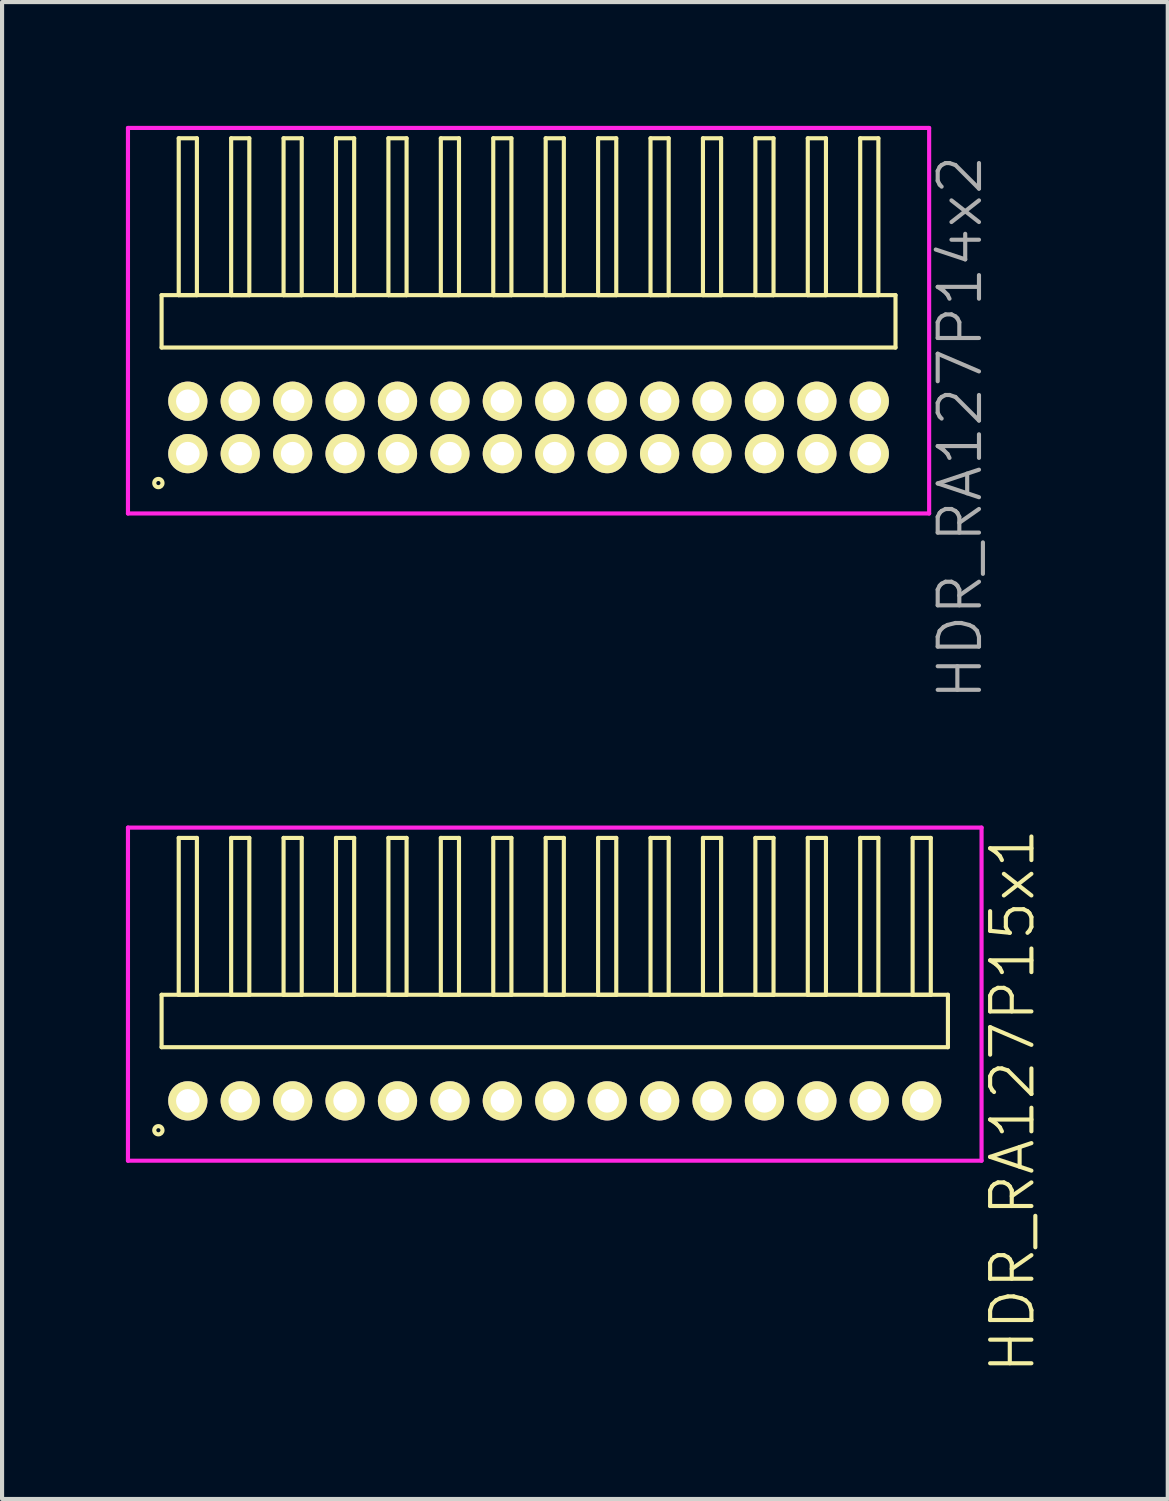
<source format=kicad_pcb>
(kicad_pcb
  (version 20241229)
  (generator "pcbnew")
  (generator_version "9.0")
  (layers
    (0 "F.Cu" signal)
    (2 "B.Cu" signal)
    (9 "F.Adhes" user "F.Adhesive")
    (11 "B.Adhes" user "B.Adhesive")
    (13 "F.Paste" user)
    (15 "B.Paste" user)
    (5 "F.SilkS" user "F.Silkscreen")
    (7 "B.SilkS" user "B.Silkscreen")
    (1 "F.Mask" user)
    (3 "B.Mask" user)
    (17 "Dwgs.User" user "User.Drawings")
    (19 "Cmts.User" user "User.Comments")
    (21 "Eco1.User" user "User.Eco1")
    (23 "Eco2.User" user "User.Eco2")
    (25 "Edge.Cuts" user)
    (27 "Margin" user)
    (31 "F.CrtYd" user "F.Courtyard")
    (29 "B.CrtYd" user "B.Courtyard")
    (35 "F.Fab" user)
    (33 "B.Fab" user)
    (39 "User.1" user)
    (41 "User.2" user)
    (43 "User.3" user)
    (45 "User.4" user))
  (footprint "HDR_RA127P14x2"
    (layer "F.Cu")
    (at 9.755 7.305)
    (property "Reference" "HDR_RA127P14x2" (at 10.455 0 90) (layer "F.Fab") (effects (font (size 1 1) (thickness 0.1))))
    (attr through_hole)
    (fp_line (start -8.89 -3.205) (end -8.89 -1.935) (stroke (width 0.1) (type solid)) (layer "F.SilkS"))
    (fp_line (start -8.89 -1.935) (end 8.89 -1.935) (stroke (width 0.1) (type solid)) (layer "F.SilkS"))
    (fp_line (start -8.475 -7.005) (end -8.475 -3.205) (stroke (width 0.1) (type solid)) (layer "F.SilkS"))
    (fp_line (start -8.475 -3.205) (end -8.035 -3.205) (stroke (width 0.1) (type solid)) (layer "F.SilkS"))
    (fp_line (start -8.035 -7.005) (end -8.475 -7.005) (stroke (width 0.1) (type solid)) (layer "F.SilkS"))
    (fp_line (start -8.035 -3.205) (end -8.035 -7.005) (stroke (width 0.1) (type solid)) (layer "F.SilkS"))
    (fp_line (start -7.205 -7.005) (end -7.205 -3.205) (stroke (width 0.1) (type solid)) (layer "F.SilkS"))
    (fp_line (start -7.205 -3.205) (end -6.765 -3.205) (stroke (width 0.1) (type solid)) (layer "F.SilkS"))
    (fp_line (start -6.765 -7.005) (end -7.205 -7.005) (stroke (width 0.1) (type solid)) (layer "F.SilkS"))
    (fp_line (start -6.765 -3.205) (end -6.765 -7.005) (stroke (width 0.1) (type solid)) (layer "F.SilkS"))
    (fp_line (start -5.935 -7.005) (end -5.935 -3.205) (stroke (width 0.1) (type solid)) (layer "F.SilkS"))
    (fp_line (start -5.935 -3.205) (end -5.495 -3.205) (stroke (width 0.1) (type solid)) (layer "F.SilkS"))
    (fp_line (start -5.495 -7.005) (end -5.935 -7.005) (stroke (width 0.1) (type solid)) (layer "F.SilkS"))
    (fp_line (start -5.495 -3.205) (end -5.495 -7.005) (stroke (width 0.1) (type solid)) (layer "F.SilkS"))
    (fp_line (start -4.665 -7.005) (end -4.665 -3.205) (stroke (width 0.1) (type solid)) (layer "F.SilkS"))
    (fp_line (start -4.665 -3.205) (end -4.225 -3.205) (stroke (width 0.1) (type solid)) (layer "F.SilkS"))
    (fp_line (start -4.225 -7.005) (end -4.665 -7.005) (stroke (width 0.1) (type solid)) (layer "F.SilkS"))
    (fp_line (start -4.225 -3.205) (end -4.225 -7.005) (stroke (width 0.1) (type solid)) (layer "F.SilkS"))
    (fp_line (start -3.395 -7.005) (end -3.395 -3.205) (stroke (width 0.1) (type solid)) (layer "F.SilkS"))
    (fp_line (start -3.395 -3.205) (end -2.955 -3.205) (stroke (width 0.1) (type solid)) (layer "F.SilkS"))
    (fp_line (start -2.955 -7.005) (end -3.395 -7.005) (stroke (width 0.1) (type solid)) (layer "F.SilkS"))
    (fp_line (start -2.955 -3.205) (end -2.955 -7.005) (stroke (width 0.1) (type solid)) (layer "F.SilkS"))
    (fp_line (start -2.125 -7.005) (end -2.125 -3.205) (stroke (width 0.1) (type solid)) (layer "F.SilkS"))
    (fp_line (start -2.125 -3.205) (end -1.685 -3.205) (stroke (width 0.1) (type solid)) (layer "F.SilkS"))
    (fp_line (start -1.685 -7.005) (end -2.125 -7.005) (stroke (width 0.1) (type solid)) (layer "F.SilkS"))
    (fp_line (start -1.685 -3.205) (end -1.685 -7.005) (stroke (width 0.1) (type solid)) (layer "F.SilkS"))
    (fp_line (start -0.855 -7.005) (end -0.855 -3.205) (stroke (width 0.1) (type solid)) (layer "F.SilkS"))
    (fp_line (start -0.855 -3.205) (end -0.415 -3.205) (stroke (width 0.1) (type solid)) (layer "F.SilkS"))
    (fp_line (start -0.415 -7.005) (end -0.855 -7.005) (stroke (width 0.1) (type solid)) (layer "F.SilkS"))
    (fp_line (start -0.415 -3.205) (end -0.415 -7.005) (stroke (width 0.1) (type solid)) (layer "F.SilkS"))
    (fp_line (start 0.415 -7.005) (end 0.415 -3.205) (stroke (width 0.1) (type solid)) (layer "F.SilkS"))
    (fp_line (start 0.415 -3.205) (end 0.855 -3.205) (stroke (width 0.1) (type solid)) (layer "F.SilkS"))
    (fp_line (start 0.855 -7.005) (end 0.415 -7.005) (stroke (width 0.1) (type solid)) (layer "F.SilkS"))
    (fp_line (start 0.855 -3.205) (end 0.855 -7.005) (stroke (width 0.1) (type solid)) (layer "F.SilkS"))
    (fp_line (start 1.685 -7.005) (end 1.685 -3.205) (stroke (width 0.1) (type solid)) (layer "F.SilkS"))
    (fp_line (start 1.685 -3.205) (end 2.125 -3.205) (stroke (width 0.1) (type solid)) (layer "F.SilkS"))
    (fp_line (start 2.125 -7.005) (end 1.685 -7.005) (stroke (width 0.1) (type solid)) (layer "F.SilkS"))
    (fp_line (start 2.125 -3.205) (end 2.125 -7.005) (stroke (width 0.1) (type solid)) (layer "F.SilkS"))
    (fp_line (start 2.955 -7.005) (end 2.955 -3.205) (stroke (width 0.1) (type solid)) (layer "F.SilkS"))
    (fp_line (start 2.955 -3.205) (end 3.395 -3.205) (stroke (width 0.1) (type solid)) (layer "F.SilkS"))
    (fp_line (start 3.395 -7.005) (end 2.955 -7.005) (stroke (width 0.1) (type solid)) (layer "F.SilkS"))
    (fp_line (start 3.395 -3.205) (end 3.395 -7.005) (stroke (width 0.1) (type solid)) (layer "F.SilkS"))
    (fp_line (start 4.225 -7.005) (end 4.225 -3.205) (stroke (width 0.1) (type solid)) (layer "F.SilkS"))
    (fp_line (start 4.225 -3.205) (end 4.665 -3.205) (stroke (width 0.1) (type solid)) (layer "F.SilkS"))
    (fp_line (start 4.665 -7.005) (end 4.225 -7.005) (stroke (width 0.1) (type solid)) (layer "F.SilkS"))
    (fp_line (start 4.665 -3.205) (end 4.665 -7.005) (stroke (width 0.1) (type solid)) (layer "F.SilkS"))
    (fp_line (start 5.495 -7.005) (end 5.495 -3.205) (stroke (width 0.1) (type solid)) (layer "F.SilkS"))
    (fp_line (start 5.495 -3.205) (end 5.935 -3.205) (stroke (width 0.1) (type solid)) (layer "F.SilkS"))
    (fp_line (start 5.935 -7.005) (end 5.495 -7.005) (stroke (width 0.1) (type solid)) (layer "F.SilkS"))
    (fp_line (start 5.935 -3.205) (end 5.935 -7.005) (stroke (width 0.1) (type solid)) (layer "F.SilkS"))
    (fp_line (start 6.765 -7.005) (end 6.765 -3.205) (stroke (width 0.1) (type solid)) (layer "F.SilkS"))
    (fp_line (start 6.765 -3.205) (end 7.205 -3.205) (stroke (width 0.1) (type solid)) (layer "F.SilkS"))
    (fp_line (start 7.205 -7.005) (end 6.765 -7.005) (stroke (width 0.1) (type solid)) (layer "F.SilkS"))
    (fp_line (start 7.205 -3.205) (end 7.205 -7.005) (stroke (width 0.1) (type solid)) (layer "F.SilkS"))
    (fp_line (start 8.035 -7.005) (end 8.035 -3.205) (stroke (width 0.1) (type solid)) (layer "F.SilkS"))
    (fp_line (start 8.035 -3.205) (end 8.475 -3.205) (stroke (width 0.1) (type solid)) (layer "F.SilkS"))
    (fp_line (start 8.475 -7.005) (end 8.035 -7.005) (stroke (width 0.1) (type solid)) (layer "F.SilkS"))
    (fp_line (start 8.475 -3.205) (end 8.475 -7.005) (stroke (width 0.1) (type solid)) (layer "F.SilkS"))
    (fp_line (start 8.89 -3.205) (end -8.89 -3.205) (stroke (width 0.1) (type solid)) (layer "F.SilkS"))
    (fp_line (start 8.89 -1.935) (end 8.89 -3.205) (stroke (width 0.1) (type solid)) (layer "F.SilkS"))
    (fp_circle (center -8.968 1.348) (end -8.868 1.348) (stroke (width 0.1) (type solid)) (fill no) (layer "F.SilkS"))
    (fp_line (start -9.705 -7.255) (end -9.705 2.085) (stroke (width 0.1) (type solid)) (layer "F.CrtYd"))
    (fp_line (start -9.705 2.085) (end 9.705 2.085) (stroke (width 0.1) (type solid)) (layer "F.CrtYd"))
    (fp_line (start 9.705 -7.255) (end -9.705 -7.255) (stroke (width 0.1) (type solid)) (layer "F.CrtYd"))
    (fp_line (start 9.705 2.085) (end 9.705 -7.255) (stroke (width 0.1) (type solid)) (layer "F.CrtYd"))
    (pad "1" thru_hole oval (at -8.255 0.635) (size 0.95 0.95) (drill 0.57) (layers "*.Cu" "*.Mask" "F.SilkS"))
    (pad "2" thru_hole oval (at -8.255 -0.635) (size 0.95 0.95) (drill 0.57) (layers "*.Cu" "*.Mask" "F.SilkS"))
    (pad "3" thru_hole oval (at -6.985 0.635) (size 0.95 0.95) (drill 0.57) (layers "*.Cu" "*.Mask" "F.SilkS"))
    (pad "4" thru_hole oval (at -6.985 -0.635) (size 0.95 0.95) (drill 0.57) (layers "*.Cu" "*.Mask" "F.SilkS"))
    (pad "5" thru_hole oval (at -5.715 0.635) (size 0.95 0.95) (drill 0.57) (layers "*.Cu" "*.Mask" "F.SilkS"))
    (pad "6" thru_hole oval (at -5.715 -0.635) (size 0.95 0.95) (drill 0.57) (layers "*.Cu" "*.Mask" "F.SilkS"))
    (pad "7" thru_hole oval (at -4.445 0.635) (size 0.95 0.95) (drill 0.57) (layers "*.Cu" "*.Mask" "F.SilkS"))
    (pad "8" thru_hole oval (at -4.445 -0.635) (size 0.95 0.95) (drill 0.57) (layers "*.Cu" "*.Mask" "F.SilkS"))
    (pad "9" thru_hole oval (at -3.175 0.635) (size 0.95 0.95) (drill 0.57) (layers "*.Cu" "*.Mask" "F.SilkS"))
    (pad "10" thru_hole oval (at -3.175 -0.635) (size 0.95 0.95) (drill 0.57) (layers "*.Cu" "*.Mask" "F.SilkS"))
    (pad "11" thru_hole oval (at -1.905 0.635) (size 0.95 0.95) (drill 0.57) (layers "*.Cu" "*.Mask" "F.SilkS"))
    (pad "12" thru_hole oval (at -1.905 -0.635) (size 0.95 0.95) (drill 0.57) (layers "*.Cu" "*.Mask" "F.SilkS"))
    (pad "13" thru_hole oval (at -0.635 0.635) (size 0.95 0.95) (drill 0.57) (layers "*.Cu" "*.Mask" "F.SilkS"))
    (pad "14" thru_hole oval (at -0.635 -0.635) (size 0.95 0.95) (drill 0.57) (layers "*.Cu" "*.Mask" "F.SilkS"))
    (pad "15" thru_hole oval (at 0.635 0.635) (size 0.95 0.95) (drill 0.57) (layers "*.Cu" "*.Mask" "F.SilkS"))
    (pad "16" thru_hole oval (at 0.635 -0.635) (size 0.95 0.95) (drill 0.57) (layers "*.Cu" "*.Mask" "F.SilkS"))
    (pad "17" thru_hole oval (at 1.905 0.635) (size 0.95 0.95) (drill 0.57) (layers "*.Cu" "*.Mask" "F.SilkS"))
    (pad "18" thru_hole oval (at 1.905 -0.635) (size 0.95 0.95) (drill 0.57) (layers "*.Cu" "*.Mask" "F.SilkS"))
    (pad "19" thru_hole oval (at 3.175 0.635) (size 0.95 0.95) (drill 0.57) (layers "*.Cu" "*.Mask" "F.SilkS"))
    (pad "20" thru_hole oval (at 3.175 -0.635) (size 0.95 0.95) (drill 0.57) (layers "*.Cu" "*.Mask" "F.SilkS"))
    (pad "21" thru_hole oval (at 4.445 0.635) (size 0.95 0.95) (drill 0.57) (layers "*.Cu" "*.Mask" "F.SilkS"))
    (pad "22" thru_hole oval (at 4.445 -0.635) (size 0.95 0.95) (drill 0.57) (layers "*.Cu" "*.Mask" "F.SilkS"))
    (pad "23" thru_hole oval (at 5.715 0.635) (size 0.95 0.95) (drill 0.57) (layers "*.Cu" "*.Mask" "F.SilkS"))
    (pad "24" thru_hole oval (at 5.715 -0.635) (size 0.95 0.95) (drill 0.57) (layers "*.Cu" "*.Mask" "F.SilkS"))
    (pad "25" thru_hole oval (at 6.985 0.635) (size 0.95 0.95) (drill 0.57) (layers "*.Cu" "*.Mask" "F.SilkS"))
    (pad "26" thru_hole oval (at 6.985 -0.635) (size 0.95 0.95) (drill 0.57) (layers "*.Cu" "*.Mask" "F.SilkS"))
    (pad "27" thru_hole oval (at 8.255 0.635) (size 0.95 0.95) (drill 0.57) (layers "*.Cu" "*.Mask" "F.SilkS"))
    (pad "28" thru_hole oval (at 8.255 -0.635) (size 0.95 0.95) (drill 0.57) (layers "*.Cu" "*.Mask" "F.SilkS")))
  (footprint "HDR_RA127P15x1"
    (layer "F.Cu")
    (at 10.39 23.62)
    (property "Reference" "HDR_RA127P15x1" (at 11.09 0 90) (layer "F.SilkS") (effects (font (size 1 1) (thickness 0.1))))
    (attr through_hole)
    (fp_line (start -9.525 -2.57) (end -9.525 -1.3) (stroke (width 0.1) (type solid)) (layer "F.SilkS"))
    (fp_line (start -9.525 -1.3) (end 9.525 -1.3) (stroke (width 0.1) (type solid)) (layer "F.SilkS"))
    (fp_line (start -9.11 -6.37) (end -9.11 -2.57) (stroke (width 0.1) (type solid)) (layer "F.SilkS"))
    (fp_line (start -9.11 -2.57) (end -8.67 -2.57) (stroke (width 0.1) (type solid)) (layer "F.SilkS"))
    (fp_line (start -8.67 -6.37) (end -9.11 -6.37) (stroke (width 0.1) (type solid)) (layer "F.SilkS"))
    (fp_line (start -8.67 -2.57) (end -8.67 -6.37) (stroke (width 0.1) (type solid)) (layer "F.SilkS"))
    (fp_line (start -7.84 -6.37) (end -7.84 -2.57) (stroke (width 0.1) (type solid)) (layer "F.SilkS"))
    (fp_line (start -7.84 -2.57) (end -7.4 -2.57) (stroke (width 0.1) (type solid)) (layer "F.SilkS"))
    (fp_line (start -7.4 -6.37) (end -7.84 -6.37) (stroke (width 0.1) (type solid)) (layer "F.SilkS"))
    (fp_line (start -7.4 -2.57) (end -7.4 -6.37) (stroke (width 0.1) (type solid)) (layer "F.SilkS"))
    (fp_line (start -6.57 -6.37) (end -6.57 -2.57) (stroke (width 0.1) (type solid)) (layer "F.SilkS"))
    (fp_line (start -6.57 -2.57) (end -6.13 -2.57) (stroke (width 0.1) (type solid)) (layer "F.SilkS"))
    (fp_line (start -6.13 -6.37) (end -6.57 -6.37) (stroke (width 0.1) (type solid)) (layer "F.SilkS"))
    (fp_line (start -6.13 -2.57) (end -6.13 -6.37) (stroke (width 0.1) (type solid)) (layer "F.SilkS"))
    (fp_line (start -5.3 -6.37) (end -5.3 -2.57) (stroke (width 0.1) (type solid)) (layer "F.SilkS"))
    (fp_line (start -5.3 -2.57) (end -4.86 -2.57) (stroke (width 0.1) (type solid)) (layer "F.SilkS"))
    (fp_line (start -4.86 -6.37) (end -5.3 -6.37) (stroke (width 0.1) (type solid)) (layer "F.SilkS"))
    (fp_line (start -4.86 -2.57) (end -4.86 -6.37) (stroke (width 0.1) (type solid)) (layer "F.SilkS"))
    (fp_line (start -4.03 -6.37) (end -4.03 -2.57) (stroke (width 0.1) (type solid)) (layer "F.SilkS"))
    (fp_line (start -4.03 -2.57) (end -3.59 -2.57) (stroke (width 0.1) (type solid)) (layer "F.SilkS"))
    (fp_line (start -3.59 -6.37) (end -4.03 -6.37) (stroke (width 0.1) (type solid)) (layer "F.SilkS"))
    (fp_line (start -3.59 -2.57) (end -3.59 -6.37) (stroke (width 0.1) (type solid)) (layer "F.SilkS"))
    (fp_line (start -2.76 -6.37) (end -2.76 -2.57) (stroke (width 0.1) (type solid)) (layer "F.SilkS"))
    (fp_line (start -2.76 -2.57) (end -2.32 -2.57) (stroke (width 0.1) (type solid)) (layer "F.SilkS"))
    (fp_line (start -2.32 -6.37) (end -2.76 -6.37) (stroke (width 0.1) (type solid)) (layer "F.SilkS"))
    (fp_line (start -2.32 -2.57) (end -2.32 -6.37) (stroke (width 0.1) (type solid)) (layer "F.SilkS"))
    (fp_line (start -1.49 -6.37) (end -1.49 -2.57) (stroke (width 0.1) (type solid)) (layer "F.SilkS"))
    (fp_line (start -1.49 -2.57) (end -1.05 -2.57) (stroke (width 0.1) (type solid)) (layer "F.SilkS"))
    (fp_line (start -1.05 -6.37) (end -1.49 -6.37) (stroke (width 0.1) (type solid)) (layer "F.SilkS"))
    (fp_line (start -1.05 -2.57) (end -1.05 -6.37) (stroke (width 0.1) (type solid)) (layer "F.SilkS"))
    (fp_line (start -0.22 -6.37) (end -0.22 -2.57) (stroke (width 0.1) (type solid)) (layer "F.SilkS"))
    (fp_line (start -0.22 -2.57) (end 0.22 -2.57) (stroke (width 0.1) (type solid)) (layer "F.SilkS"))
    (fp_line (start 0.22 -6.37) (end -0.22 -6.37) (stroke (width 0.1) (type solid)) (layer "F.SilkS"))
    (fp_line (start 0.22 -2.57) (end 0.22 -6.37) (stroke (width 0.1) (type solid)) (layer "F.SilkS"))
    (fp_line (start 1.05 -6.37) (end 1.05 -2.57) (stroke (width 0.1) (type solid)) (layer "F.SilkS"))
    (fp_line (start 1.05 -2.57) (end 1.49 -2.57) (stroke (width 0.1) (type solid)) (layer "F.SilkS"))
    (fp_line (start 1.49 -6.37) (end 1.05 -6.37) (stroke (width 0.1) (type solid)) (layer "F.SilkS"))
    (fp_line (start 1.49 -2.57) (end 1.49 -6.37) (stroke (width 0.1) (type solid)) (layer "F.SilkS"))
    (fp_line (start 2.32 -6.37) (end 2.32 -2.57) (stroke (width 0.1) (type solid)) (layer "F.SilkS"))
    (fp_line (start 2.32 -2.57) (end 2.76 -2.57) (stroke (width 0.1) (type solid)) (layer "F.SilkS"))
    (fp_line (start 2.76 -6.37) (end 2.32 -6.37) (stroke (width 0.1) (type solid)) (layer "F.SilkS"))
    (fp_line (start 2.76 -2.57) (end 2.76 -6.37) (stroke (width 0.1) (type solid)) (layer "F.SilkS"))
    (fp_line (start 3.59 -6.37) (end 3.59 -2.57) (stroke (width 0.1) (type solid)) (layer "F.SilkS"))
    (fp_line (start 3.59 -2.57) (end 4.03 -2.57) (stroke (width 0.1) (type solid)) (layer "F.SilkS"))
    (fp_line (start 4.03 -6.37) (end 3.59 -6.37) (stroke (width 0.1) (type solid)) (layer "F.SilkS"))
    (fp_line (start 4.03 -2.57) (end 4.03 -6.37) (stroke (width 0.1) (type solid)) (layer "F.SilkS"))
    (fp_line (start 4.86 -6.37) (end 4.86 -2.57) (stroke (width 0.1) (type solid)) (layer "F.SilkS"))
    (fp_line (start 4.86 -2.57) (end 5.3 -2.57) (stroke (width 0.1) (type solid)) (layer "F.SilkS"))
    (fp_line (start 5.3 -6.37) (end 4.86 -6.37) (stroke (width 0.1) (type solid)) (layer "F.SilkS"))
    (fp_line (start 5.3 -2.57) (end 5.3 -6.37) (stroke (width 0.1) (type solid)) (layer "F.SilkS"))
    (fp_line (start 6.13 -6.37) (end 6.13 -2.57) (stroke (width 0.1) (type solid)) (layer "F.SilkS"))
    (fp_line (start 6.13 -2.57) (end 6.57 -2.57) (stroke (width 0.1) (type solid)) (layer "F.SilkS"))
    (fp_line (start 6.57 -6.37) (end 6.13 -6.37) (stroke (width 0.1) (type solid)) (layer "F.SilkS"))
    (fp_line (start 6.57 -2.57) (end 6.57 -6.37) (stroke (width 0.1) (type solid)) (layer "F.SilkS"))
    (fp_line (start 7.4 -6.37) (end 7.4 -2.57) (stroke (width 0.1) (type solid)) (layer "F.SilkS"))
    (fp_line (start 7.4 -2.57) (end 7.84 -2.57) (stroke (width 0.1) (type solid)) (layer "F.SilkS"))
    (fp_line (start 7.84 -6.37) (end 7.4 -6.37) (stroke (width 0.1) (type solid)) (layer "F.SilkS"))
    (fp_line (start 7.84 -2.57) (end 7.84 -6.37) (stroke (width 0.1) (type solid)) (layer "F.SilkS"))
    (fp_line (start 8.67 -6.37) (end 8.67 -2.57) (stroke (width 0.1) (type solid)) (layer "F.SilkS"))
    (fp_line (start 8.67 -2.57) (end 9.11 -2.57) (stroke (width 0.1) (type solid)) (layer "F.SilkS"))
    (fp_line (start 9.11 -6.37) (end 8.67 -6.37) (stroke (width 0.1) (type solid)) (layer "F.SilkS"))
    (fp_line (start 9.11 -2.57) (end 9.11 -6.37) (stroke (width 0.1) (type solid)) (layer "F.SilkS"))
    (fp_line (start 9.525 -2.57) (end -9.525 -2.57) (stroke (width 0.1) (type solid)) (layer "F.SilkS"))
    (fp_line (start 9.525 -1.3) (end 9.525 -2.57) (stroke (width 0.1) (type solid)) (layer "F.SilkS"))
    (fp_circle (center -9.603 0.712) (end -9.503 0.712) (stroke (width 0.1) (type solid)) (fill no) (layer "F.SilkS"))
    (fp_line (start -10.34 -6.62) (end -10.34 1.45) (stroke (width 0.1) (type solid)) (layer "F.CrtYd"))
    (fp_line (start -10.34 1.45) (end 10.34 1.45) (stroke (width 0.1) (type solid)) (layer "F.CrtYd"))
    (fp_line (start 10.34 -6.62) (end -10.34 -6.62) (stroke (width 0.1) (type solid)) (layer "F.CrtYd"))
    (fp_line (start 10.34 1.45) (end 10.34 -6.62) (stroke (width 0.1) (type solid)) (layer "F.CrtYd"))
    (pad "1" thru_hole oval (at -8.89 0) (size 0.95 0.95) (drill 0.57) (layers "*.Cu" "*.Mask" "F.SilkS"))
    (pad "2" thru_hole oval (at -7.62 0) (size 0.95 0.95) (drill 0.57) (layers "*.Cu" "*.Mask" "F.SilkS"))
    (pad "3" thru_hole oval (at -6.35 0) (size 0.95 0.95) (drill 0.57) (layers "*.Cu" "*.Mask" "F.SilkS"))
    (pad "4" thru_hole oval (at -5.08 0) (size 0.95 0.95) (drill 0.57) (layers "*.Cu" "*.Mask" "F.SilkS"))
    (pad "5" thru_hole oval (at -3.81 0) (size 0.95 0.95) (drill 0.57) (layers "*.Cu" "*.Mask" "F.SilkS"))
    (pad "6" thru_hole oval (at -2.54 0) (size 0.95 0.95) (drill 0.57) (layers "*.Cu" "*.Mask" "F.SilkS"))
    (pad "7" thru_hole oval (at -1.27 0) (size 0.95 0.95) (drill 0.57) (layers "*.Cu" "*.Mask" "F.SilkS"))
    (pad "8" thru_hole oval (at 0 0) (size 0.95 0.95) (drill 0.57) (layers "*.Cu" "*.Mask" "F.SilkS"))
    (pad "9" thru_hole oval (at 1.27 0) (size 0.95 0.95) (drill 0.57) (layers "*.Cu" "*.Mask" "F.SilkS"))
    (pad "10" thru_hole oval (at 2.54 0) (size 0.95 0.95) (drill 0.57) (layers "*.Cu" "*.Mask" "F.SilkS"))
    (pad "11" thru_hole oval (at 3.81 0) (size 0.95 0.95) (drill 0.57) (layers "*.Cu" "*.Mask" "F.SilkS"))
    (pad "12" thru_hole oval (at 5.08 0) (size 0.95 0.95) (drill 0.57) (layers "*.Cu" "*.Mask" "F.SilkS"))
    (pad "13" thru_hole oval (at 6.35 0) (size 0.95 0.95) (drill 0.57) (layers "*.Cu" "*.Mask" "F.SilkS"))
    (pad "14" thru_hole oval (at 7.62 0) (size 0.95 0.95) (drill 0.57) (layers "*.Cu" "*.Mask" "F.SilkS"))
    (pad "15" thru_hole oval (at 8.89 0) (size 0.95 0.95) (drill 0.57) (layers "*.Cu" "*.Mask" "F.SilkS")))
  (gr_rect
    (start -3 -3)
    (end 25.241 33.265)
    (stroke (width 0.1) (type default))
    (fill no)
    (layer "Edge.Cuts")))
</source>
